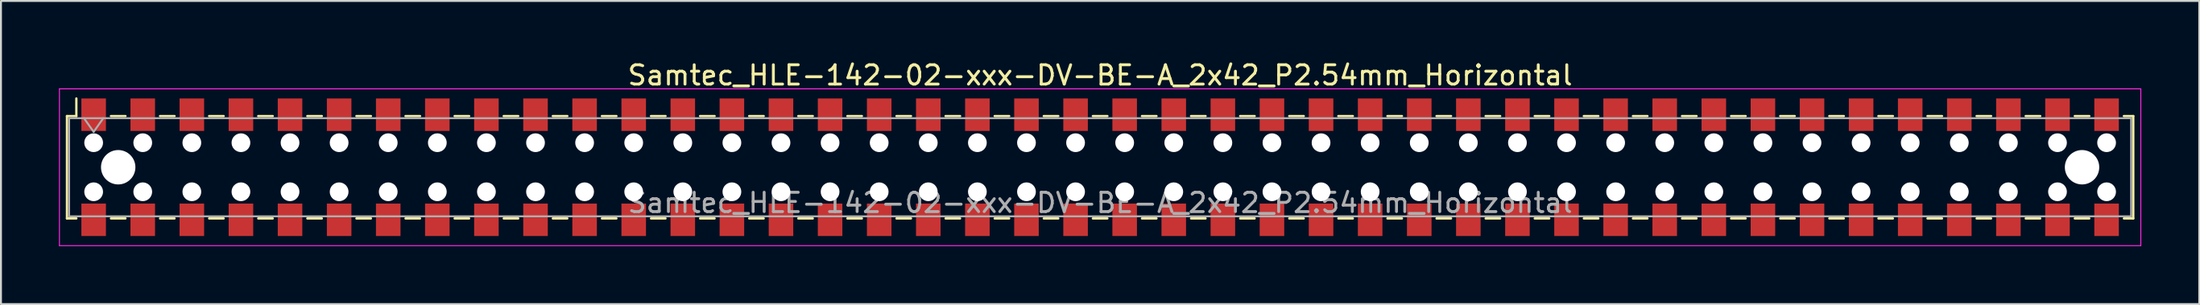
<source format=kicad_pcb>
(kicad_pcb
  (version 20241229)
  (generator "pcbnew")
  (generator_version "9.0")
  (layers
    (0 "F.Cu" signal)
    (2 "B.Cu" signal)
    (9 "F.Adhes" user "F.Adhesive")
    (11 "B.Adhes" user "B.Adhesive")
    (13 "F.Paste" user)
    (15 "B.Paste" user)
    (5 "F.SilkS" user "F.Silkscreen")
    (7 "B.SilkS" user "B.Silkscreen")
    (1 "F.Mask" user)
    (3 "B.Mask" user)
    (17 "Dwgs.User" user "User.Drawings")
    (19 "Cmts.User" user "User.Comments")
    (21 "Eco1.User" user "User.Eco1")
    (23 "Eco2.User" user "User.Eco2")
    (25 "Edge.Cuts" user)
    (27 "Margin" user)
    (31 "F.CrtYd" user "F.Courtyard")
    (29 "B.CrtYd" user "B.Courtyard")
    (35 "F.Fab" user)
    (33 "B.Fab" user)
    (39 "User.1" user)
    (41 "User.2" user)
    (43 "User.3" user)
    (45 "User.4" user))
  (footprint "Samtec_HLE-142-02-xxx-DV-BE-A_2x42_P2.54mm_Horizontal"
    (layer "F.Cu")
    (at 53.865 5.608)
    (property "Reference" "Samtec_HLE-142-02-xxx-DV-BE-A_2x42_P2.54mm_Horizontal" (at 0 -4.76 0) (layer "F.SilkS") (effects (font (size 1 1) (thickness 0.15))))
    (attr smd)
    (fp_line (start -53.45 -2.65) (end -53.45 2.65) (stroke (width 0.12) (type solid)) (layer "F.SilkS"))
    (fp_line (start -53.45 2.65) (end -52.965 2.65) (stroke (width 0.12) (type solid)) (layer "F.SilkS"))
    (fp_line (start -52.965 -3.56) (end -52.965 -2.65) (stroke (width 0.12) (type solid)) (layer "F.SilkS"))
    (fp_line (start -52.965 -2.65) (end -53.45 -2.65) (stroke (width 0.12) (type solid)) (layer "F.SilkS"))
    (fp_line (start -51.175 -2.65) (end -50.425 -2.65) (stroke (width 0.12) (type solid)) (layer "F.SilkS"))
    (fp_line (start -51.175 2.65) (end -50.425 2.65) (stroke (width 0.12) (type solid)) (layer "F.SilkS"))
    (fp_line (start -48.635 -2.65) (end -47.885 -2.65) (stroke (width 0.12) (type solid)) (layer "F.SilkS"))
    (fp_line (start -48.635 2.65) (end -47.885 2.65) (stroke (width 0.12) (type solid)) (layer "F.SilkS"))
    (fp_line (start -46.095 -2.65) (end -45.345 -2.65) (stroke (width 0.12) (type solid)) (layer "F.SilkS"))
    (fp_line (start -46.095 2.65) (end -45.345 2.65) (stroke (width 0.12) (type solid)) (layer "F.SilkS"))
    (fp_line (start -43.555 -2.65) (end -42.805 -2.65) (stroke (width 0.12) (type solid)) (layer "F.SilkS"))
    (fp_line (start -43.555 2.65) (end -42.805 2.65) (stroke (width 0.12) (type solid)) (layer "F.SilkS"))
    (fp_line (start -41.015 -2.65) (end -40.265 -2.65) (stroke (width 0.12) (type solid)) (layer "F.SilkS"))
    (fp_line (start -41.015 2.65) (end -40.265 2.65) (stroke (width 0.12) (type solid)) (layer "F.SilkS"))
    (fp_line (start -38.475 -2.65) (end -37.725 -2.65) (stroke (width 0.12) (type solid)) (layer "F.SilkS"))
    (fp_line (start -38.475 2.65) (end -37.725 2.65) (stroke (width 0.12) (type solid)) (layer "F.SilkS"))
    (fp_line (start -35.935 -2.65) (end -35.185 -2.65) (stroke (width 0.12) (type solid)) (layer "F.SilkS"))
    (fp_line (start -35.935 2.65) (end -35.185 2.65) (stroke (width 0.12) (type solid)) (layer "F.SilkS"))
    (fp_line (start -33.395 -2.65) (end -32.645 -2.65) (stroke (width 0.12) (type solid)) (layer "F.SilkS"))
    (fp_line (start -33.395 2.65) (end -32.645 2.65) (stroke (width 0.12) (type solid)) (layer "F.SilkS"))
    (fp_line (start -30.855 -2.65) (end -30.105 -2.65) (stroke (width 0.12) (type solid)) (layer "F.SilkS"))
    (fp_line (start -30.855 2.65) (end -30.105 2.65) (stroke (width 0.12) (type solid)) (layer "F.SilkS"))
    (fp_line (start -28.315 -2.65) (end -27.565 -2.65) (stroke (width 0.12) (type solid)) (layer "F.SilkS"))
    (fp_line (start -28.315 2.65) (end -27.565 2.65) (stroke (width 0.12) (type solid)) (layer "F.SilkS"))
    (fp_line (start -25.775 -2.65) (end -25.025 -2.65) (stroke (width 0.12) (type solid)) (layer "F.SilkS"))
    (fp_line (start -25.775 2.65) (end -25.025 2.65) (stroke (width 0.12) (type solid)) (layer "F.SilkS"))
    (fp_line (start -23.235 -2.65) (end -22.485 -2.65) (stroke (width 0.12) (type solid)) (layer "F.SilkS"))
    (fp_line (start -23.235 2.65) (end -22.485 2.65) (stroke (width 0.12) (type solid)) (layer "F.SilkS"))
    (fp_line (start -20.695 -2.65) (end -19.945 -2.65) (stroke (width 0.12) (type solid)) (layer "F.SilkS"))
    (fp_line (start -20.695 2.65) (end -19.945 2.65) (stroke (width 0.12) (type solid)) (layer "F.SilkS"))
    (fp_line (start -18.155 -2.65) (end -17.405 -2.65) (stroke (width 0.12) (type solid)) (layer "F.SilkS"))
    (fp_line (start -18.155 2.65) (end -17.405 2.65) (stroke (width 0.12) (type solid)) (layer "F.SilkS"))
    (fp_line (start -15.615 -2.65) (end -14.865 -2.65) (stroke (width 0.12) (type solid)) (layer "F.SilkS"))
    (fp_line (start -15.615 2.65) (end -14.865 2.65) (stroke (width 0.12) (type solid)) (layer "F.SilkS"))
    (fp_line (start -13.075 -2.65) (end -12.325 -2.65) (stroke (width 0.12) (type solid)) (layer "F.SilkS"))
    (fp_line (start -13.075 2.65) (end -12.325 2.65) (stroke (width 0.12) (type solid)) (layer "F.SilkS"))
    (fp_line (start -10.535 -2.65) (end -9.785 -2.65) (stroke (width 0.12) (type solid)) (layer "F.SilkS"))
    (fp_line (start -10.535 2.65) (end -9.785 2.65) (stroke (width 0.12) (type solid)) (layer "F.SilkS"))
    (fp_line (start -7.995 -2.65) (end -7.245 -2.65) (stroke (width 0.12) (type solid)) (layer "F.SilkS"))
    (fp_line (start -7.995 2.65) (end -7.245 2.65) (stroke (width 0.12) (type solid)) (layer "F.SilkS"))
    (fp_line (start -5.455 -2.65) (end -4.705 -2.65) (stroke (width 0.12) (type solid)) (layer "F.SilkS"))
    (fp_line (start -5.455 2.65) (end -4.705 2.65) (stroke (width 0.12) (type solid)) (layer "F.SilkS"))
    (fp_line (start -2.915 -2.65) (end -2.165 -2.65) (stroke (width 0.12) (type solid)) (layer "F.SilkS"))
    (fp_line (start -2.915 2.65) (end -2.165 2.65) (stroke (width 0.12) (type solid)) (layer "F.SilkS"))
    (fp_line (start -0.375 -2.65) (end 0.375 -2.65) (stroke (width 0.12) (type solid)) (layer "F.SilkS"))
    (fp_line (start -0.375 2.65) (end 0.375 2.65) (stroke (width 0.12) (type solid)) (layer "F.SilkS"))
    (fp_line (start 2.165 -2.65) (end 2.915 -2.65) (stroke (width 0.12) (type solid)) (layer "F.SilkS"))
    (fp_line (start 2.165 2.65) (end 2.915 2.65) (stroke (width 0.12) (type solid)) (layer "F.SilkS"))
    (fp_line (start 4.705 -2.65) (end 5.455 -2.65) (stroke (width 0.12) (type solid)) (layer "F.SilkS"))
    (fp_line (start 4.705 2.65) (end 5.455 2.65) (stroke (width 0.12) (type solid)) (layer "F.SilkS"))
    (fp_line (start 7.245 -2.65) (end 7.995 -2.65) (stroke (width 0.12) (type solid)) (layer "F.SilkS"))
    (fp_line (start 7.245 2.65) (end 7.995 2.65) (stroke (width 0.12) (type solid)) (layer "F.SilkS"))
    (fp_line (start 9.785 -2.65) (end 10.535 -2.65) (stroke (width 0.12) (type solid)) (layer "F.SilkS"))
    (fp_line (start 9.785 2.65) (end 10.535 2.65) (stroke (width 0.12) (type solid)) (layer "F.SilkS"))
    (fp_line (start 12.325 -2.65) (end 13.075 -2.65) (stroke (width 0.12) (type solid)) (layer "F.SilkS"))
    (fp_line (start 12.325 2.65) (end 13.075 2.65) (stroke (width 0.12) (type solid)) (layer "F.SilkS"))
    (fp_line (start 14.865 -2.65) (end 15.615 -2.65) (stroke (width 0.12) (type solid)) (layer "F.SilkS"))
    (fp_line (start 14.865 2.65) (end 15.615 2.65) (stroke (width 0.12) (type solid)) (layer "F.SilkS"))
    (fp_line (start 17.405 -2.65) (end 18.155 -2.65) (stroke (width 0.12) (type solid)) (layer "F.SilkS"))
    (fp_line (start 17.405 2.65) (end 18.155 2.65) (stroke (width 0.12) (type solid)) (layer "F.SilkS"))
    (fp_line (start 19.945 -2.65) (end 20.695 -2.65) (stroke (width 0.12) (type solid)) (layer "F.SilkS"))
    (fp_line (start 19.945 2.65) (end 20.695 2.65) (stroke (width 0.12) (type solid)) (layer "F.SilkS"))
    (fp_line (start 22.485 -2.65) (end 23.235 -2.65) (stroke (width 0.12) (type solid)) (layer "F.SilkS"))
    (fp_line (start 22.485 2.65) (end 23.235 2.65) (stroke (width 0.12) (type solid)) (layer "F.SilkS"))
    (fp_line (start 25.025 -2.65) (end 25.775 -2.65) (stroke (width 0.12) (type solid)) (layer "F.SilkS"))
    (fp_line (start 25.025 2.65) (end 25.775 2.65) (stroke (width 0.12) (type solid)) (layer "F.SilkS"))
    (fp_line (start 27.565 -2.65) (end 28.315 -2.65) (stroke (width 0.12) (type solid)) (layer "F.SilkS"))
    (fp_line (start 27.565 2.65) (end 28.315 2.65) (stroke (width 0.12) (type solid)) (layer "F.SilkS"))
    (fp_line (start 30.105 -2.65) (end 30.855 -2.65) (stroke (width 0.12) (type solid)) (layer "F.SilkS"))
    (fp_line (start 30.105 2.65) (end 30.855 2.65) (stroke (width 0.12) (type solid)) (layer "F.SilkS"))
    (fp_line (start 32.645 -2.65) (end 33.395 -2.65) (stroke (width 0.12) (type solid)) (layer "F.SilkS"))
    (fp_line (start 32.645 2.65) (end 33.395 2.65) (stroke (width 0.12) (type solid)) (layer "F.SilkS"))
    (fp_line (start 35.185 -2.65) (end 35.935 -2.65) (stroke (width 0.12) (type solid)) (layer "F.SilkS"))
    (fp_line (start 35.185 2.65) (end 35.935 2.65) (stroke (width 0.12) (type solid)) (layer "F.SilkS"))
    (fp_line (start 37.725 -2.65) (end 38.475 -2.65) (stroke (width 0.12) (type solid)) (layer "F.SilkS"))
    (fp_line (start 37.725 2.65) (end 38.475 2.65) (stroke (width 0.12) (type solid)) (layer "F.SilkS"))
    (fp_line (start 40.265 -2.65) (end 41.015 -2.65) (stroke (width 0.12) (type solid)) (layer "F.SilkS"))
    (fp_line (start 40.265 2.65) (end 41.015 2.65) (stroke (width 0.12) (type solid)) (layer "F.SilkS"))
    (fp_line (start 42.805 -2.65) (end 43.555 -2.65) (stroke (width 0.12) (type solid)) (layer "F.SilkS"))
    (fp_line (start 42.805 2.65) (end 43.555 2.65) (stroke (width 0.12) (type solid)) (layer "F.SilkS"))
    (fp_line (start 45.345 -2.65) (end 46.095 -2.65) (stroke (width 0.12) (type solid)) (layer "F.SilkS"))
    (fp_line (start 45.345 2.65) (end 46.095 2.65) (stroke (width 0.12) (type solid)) (layer "F.SilkS"))
    (fp_line (start 47.885 -2.65) (end 48.635 -2.65) (stroke (width 0.12) (type solid)) (layer "F.SilkS"))
    (fp_line (start 47.885 2.65) (end 48.635 2.65) (stroke (width 0.12) (type solid)) (layer "F.SilkS"))
    (fp_line (start 50.425 -2.65) (end 51.175 -2.65) (stroke (width 0.12) (type solid)) (layer "F.SilkS"))
    (fp_line (start 50.425 2.65) (end 51.175 2.65) (stroke (width 0.12) (type solid)) (layer "F.SilkS"))
    (fp_line (start 52.965 -2.65) (end 53.45 -2.65) (stroke (width 0.12) (type solid)) (layer "F.SilkS"))
    (fp_line (start 53.45 -2.65) (end 53.45 2.65) (stroke (width 0.12) (type solid)) (layer "F.SilkS"))
    (fp_line (start 53.45 2.65) (end 52.965 2.65) (stroke (width 0.12) (type solid)) (layer "F.SilkS"))
    (fp_line (start -53.84 -4.06) (end 53.84 -4.06) (stroke (width 0.05) (type solid)) (layer "F.CrtYd"))
    (fp_line (start -53.84 4.06) (end -53.84 -4.06) (stroke (width 0.05) (type solid)) (layer "F.CrtYd"))
    (fp_line (start 53.84 -4.06) (end 53.84 4.06) (stroke (width 0.05) (type solid)) (layer "F.CrtYd"))
    (fp_line (start 53.84 4.06) (end -53.84 4.06) (stroke (width 0.05) (type solid)) (layer "F.CrtYd"))
    (fp_line (start -53.34 -2.54) (end 53.34 -2.54) (stroke (width 0.1) (type solid)) (layer "F.Fab"))
    (fp_line (start -53.34 2.54) (end -53.34 -2.54) (stroke (width 0.1) (type solid)) (layer "F.Fab"))
    (fp_line (start -52.57 -2.54) (end -52.07 -1.833) (stroke (width 0.1) (type solid)) (layer "F.Fab"))
    (fp_line (start -52.07 -1.833) (end -51.57 -2.54) (stroke (width 0.1) (type solid)) (layer "F.Fab"))
    (fp_line (start 53.34 -2.54) (end 53.34 2.54) (stroke (width 0.1) (type solid)) (layer "F.Fab"))
    (fp_line (start 53.34 2.54) (end -53.34 2.54) (stroke (width 0.1) (type solid)) (layer "F.Fab"))
    (fp_text user "${REFERENCE}" (at 0 1.84 0) (layer "F.Fab") (effects (font (size 1 1) (thickness 0.15))))
    (pad "" np_thru_hole circle (at -52.07 -1.27) (size 0.97 0.97) (drill 0.97) (layers "*.Cu" "*.Mask"))
    (pad "" np_thru_hole circle (at -52.07 1.27) (size 0.97 0.97) (drill 0.97) (layers "*.Cu" "*.Mask"))
    (pad "" np_thru_hole circle (at -50.8 0) (size 1.78 1.78) (drill 1.78) (layers "*.Cu" "*.Mask"))
    (pad "" np_thru_hole circle (at -49.53 -1.27) (size 0.97 0.97) (drill 0.97) (layers "*.Cu" "*.Mask"))
    (pad "" np_thru_hole circle (at -49.53 1.27) (size 0.97 0.97) (drill 0.97) (layers "*.Cu" "*.Mask"))
    (pad "" np_thru_hole circle (at -46.99 -1.27) (size 0.97 0.97) (drill 0.97) (layers "*.Cu" "*.Mask"))
    (pad "" np_thru_hole circle (at -46.99 1.27) (size 0.97 0.97) (drill 0.97) (layers "*.Cu" "*.Mask"))
    (pad "" np_thru_hole circle (at -44.45 -1.27) (size 0.97 0.97) (drill 0.97) (layers "*.Cu" "*.Mask"))
    (pad "" np_thru_hole circle (at -44.45 1.27) (size 0.97 0.97) (drill 0.97) (layers "*.Cu" "*.Mask"))
    (pad "" np_thru_hole circle (at -41.91 -1.27) (size 0.97 0.97) (drill 0.97) (layers "*.Cu" "*.Mask"))
    (pad "" np_thru_hole circle (at -41.91 1.27) (size 0.97 0.97) (drill 0.97) (layers "*.Cu" "*.Mask"))
    (pad "" np_thru_hole circle (at -39.37 -1.27) (size 0.97 0.97) (drill 0.97) (layers "*.Cu" "*.Mask"))
    (pad "" np_thru_hole circle (at -39.37 1.27) (size 0.97 0.97) (drill 0.97) (layers "*.Cu" "*.Mask"))
    (pad "" np_thru_hole circle (at -36.83 -1.27) (size 0.97 0.97) (drill 0.97) (layers "*.Cu" "*.Mask"))
    (pad "" np_thru_hole circle (at -36.83 1.27) (size 0.97 0.97) (drill 0.97) (layers "*.Cu" "*.Mask"))
    (pad "" np_thru_hole circle (at -34.29 -1.27) (size 0.97 0.97) (drill 0.97) (layers "*.Cu" "*.Mask"))
    (pad "" np_thru_hole circle (at -34.29 1.27) (size 0.97 0.97) (drill 0.97) (layers "*.Cu" "*.Mask"))
    (pad "" np_thru_hole circle (at -31.75 -1.27) (size 0.97 0.97) (drill 0.97) (layers "*.Cu" "*.Mask"))
    (pad "" np_thru_hole circle (at -31.75 1.27) (size 0.97 0.97) (drill 0.97) (layers "*.Cu" "*.Mask"))
    (pad "" np_thru_hole circle (at -29.21 -1.27) (size 0.97 0.97) (drill 0.97) (layers "*.Cu" "*.Mask"))
    (pad "" np_thru_hole circle (at -29.21 1.27) (size 0.97 0.97) (drill 0.97) (layers "*.Cu" "*.Mask"))
    (pad "" np_thru_hole circle (at -26.67 -1.27) (size 0.97 0.97) (drill 0.97) (layers "*.Cu" "*.Mask"))
    (pad "" np_thru_hole circle (at -26.67 1.27) (size 0.97 0.97) (drill 0.97) (layers "*.Cu" "*.Mask"))
    (pad "" np_thru_hole circle (at -24.13 -1.27) (size 0.97 0.97) (drill 0.97) (layers "*.Cu" "*.Mask"))
    (pad "" np_thru_hole circle (at -24.13 1.27) (size 0.97 0.97) (drill 0.97) (layers "*.Cu" "*.Mask"))
    (pad "" np_thru_hole circle (at -21.59 -1.27) (size 0.97 0.97) (drill 0.97) (layers "*.Cu" "*.Mask"))
    (pad "" np_thru_hole circle (at -21.59 1.27) (size 0.97 0.97) (drill 0.97) (layers "*.Cu" "*.Mask"))
    (pad "" np_thru_hole circle (at -19.05 -1.27) (size 0.97 0.97) (drill 0.97) (layers "*.Cu" "*.Mask"))
    (pad "" np_thru_hole circle (at -19.05 1.27) (size 0.97 0.97) (drill 0.97) (layers "*.Cu" "*.Mask"))
    (pad "" np_thru_hole circle (at -16.51 -1.27) (size 0.97 0.97) (drill 0.97) (layers "*.Cu" "*.Mask"))
    (pad "" np_thru_hole circle (at -16.51 1.27) (size 0.97 0.97) (drill 0.97) (layers "*.Cu" "*.Mask"))
    (pad "" np_thru_hole circle (at -13.97 -1.27) (size 0.97 0.97) (drill 0.97) (layers "*.Cu" "*.Mask"))
    (pad "" np_thru_hole circle (at -13.97 1.27) (size 0.97 0.97) (drill 0.97) (layers "*.Cu" "*.Mask"))
    (pad "" np_thru_hole circle (at -11.43 -1.27) (size 0.97 0.97) (drill 0.97) (layers "*.Cu" "*.Mask"))
    (pad "" np_thru_hole circle (at -11.43 1.27) (size 0.97 0.97) (drill 0.97) (layers "*.Cu" "*.Mask"))
    (pad "" np_thru_hole circle (at -8.89 -1.27) (size 0.97 0.97) (drill 0.97) (layers "*.Cu" "*.Mask"))
    (pad "" np_thru_hole circle (at -8.89 1.27) (size 0.97 0.97) (drill 0.97) (layers "*.Cu" "*.Mask"))
    (pad "" np_thru_hole circle (at -6.35 -1.27) (size 0.97 0.97) (drill 0.97) (layers "*.Cu" "*.Mask"))
    (pad "" np_thru_hole circle (at -6.35 1.27) (size 0.97 0.97) (drill 0.97) (layers "*.Cu" "*.Mask"))
    (pad "" np_thru_hole circle (at -3.81 -1.27) (size 0.97 0.97) (drill 0.97) (layers "*.Cu" "*.Mask"))
    (pad "" np_thru_hole circle (at -3.81 1.27) (size 0.97 0.97) (drill 0.97) (layers "*.Cu" "*.Mask"))
    (pad "" np_thru_hole circle (at -1.27 -1.27) (size 0.97 0.97) (drill 0.97) (layers "*.Cu" "*.Mask"))
    (pad "" np_thru_hole circle (at -1.27 1.27) (size 0.97 0.97) (drill 0.97) (layers "*.Cu" "*.Mask"))
    (pad "" np_thru_hole circle (at 1.27 -1.27) (size 0.97 0.97) (drill 0.97) (layers "*.Cu" "*.Mask"))
    (pad "" np_thru_hole circle (at 1.27 1.27) (size 0.97 0.97) (drill 0.97) (layers "*.Cu" "*.Mask"))
    (pad "" np_thru_hole circle (at 3.81 -1.27) (size 0.97 0.97) (drill 0.97) (layers "*.Cu" "*.Mask"))
    (pad "" np_thru_hole circle (at 3.81 1.27) (size 0.97 0.97) (drill 0.97) (layers "*.Cu" "*.Mask"))
    (pad "" np_thru_hole circle (at 6.35 -1.27) (size 0.97 0.97) (drill 0.97) (layers "*.Cu" "*.Mask"))
    (pad "" np_thru_hole circle (at 6.35 1.27) (size 0.97 0.97) (drill 0.97) (layers "*.Cu" "*.Mask"))
    (pad "" np_thru_hole circle (at 8.89 -1.27) (size 0.97 0.97) (drill 0.97) (layers "*.Cu" "*.Mask"))
    (pad "" np_thru_hole circle (at 8.89 1.27) (size 0.97 0.97) (drill 0.97) (layers "*.Cu" "*.Mask"))
    (pad "" np_thru_hole circle (at 11.43 -1.27) (size 0.97 0.97) (drill 0.97) (layers "*.Cu" "*.Mask"))
    (pad "" np_thru_hole circle (at 11.43 1.27) (size 0.97 0.97) (drill 0.97) (layers "*.Cu" "*.Mask"))
    (pad "" np_thru_hole circle (at 13.97 -1.27) (size 0.97 0.97) (drill 0.97) (layers "*.Cu" "*.Mask"))
    (pad "" np_thru_hole circle (at 13.97 1.27) (size 0.97 0.97) (drill 0.97) (layers "*.Cu" "*.Mask"))
    (pad "" np_thru_hole circle (at 16.51 -1.27) (size 0.97 0.97) (drill 0.97) (layers "*.Cu" "*.Mask"))
    (pad "" np_thru_hole circle (at 16.51 1.27) (size 0.97 0.97) (drill 0.97) (layers "*.Cu" "*.Mask"))
    (pad "" np_thru_hole circle (at 19.05 -1.27) (size 0.97 0.97) (drill 0.97) (layers "*.Cu" "*.Mask"))
    (pad "" np_thru_hole circle (at 19.05 1.27) (size 0.97 0.97) (drill 0.97) (layers "*.Cu" "*.Mask"))
    (pad "" np_thru_hole circle (at 21.59 -1.27) (size 0.97 0.97) (drill 0.97) (layers "*.Cu" "*.Mask"))
    (pad "" np_thru_hole circle (at 21.59 1.27) (size 0.97 0.97) (drill 0.97) (layers "*.Cu" "*.Mask"))
    (pad "" np_thru_hole circle (at 24.13 -1.27) (size 0.97 0.97) (drill 0.97) (layers "*.Cu" "*.Mask"))
    (pad "" np_thru_hole circle (at 24.13 1.27) (size 0.97 0.97) (drill 0.97) (layers "*.Cu" "*.Mask"))
    (pad "" np_thru_hole circle (at 26.67 -1.27) (size 0.97 0.97) (drill 0.97) (layers "*.Cu" "*.Mask"))
    (pad "" np_thru_hole circle (at 26.67 1.27) (size 0.97 0.97) (drill 0.97) (layers "*.Cu" "*.Mask"))
    (pad "" np_thru_hole circle (at 29.21 -1.27) (size 0.97 0.97) (drill 0.97) (layers "*.Cu" "*.Mask"))
    (pad "" np_thru_hole circle (at 29.21 1.27) (size 0.97 0.97) (drill 0.97) (layers "*.Cu" "*.Mask"))
    (pad "" np_thru_hole circle (at 31.75 -1.27) (size 0.97 0.97) (drill 0.97) (layers "*.Cu" "*.Mask"))
    (pad "" np_thru_hole circle (at 31.75 1.27) (size 0.97 0.97) (drill 0.97) (layers "*.Cu" "*.Mask"))
    (pad "" np_thru_hole circle (at 34.29 -1.27) (size 0.97 0.97) (drill 0.97) (layers "*.Cu" "*.Mask"))
    (pad "" np_thru_hole circle (at 34.29 1.27) (size 0.97 0.97) (drill 0.97) (layers "*.Cu" "*.Mask"))
    (pad "" np_thru_hole circle (at 36.83 -1.27) (size 0.97 0.97) (drill 0.97) (layers "*.Cu" "*.Mask"))
    (pad "" np_thru_hole circle (at 36.83 1.27) (size 0.97 0.97) (drill 0.97) (layers "*.Cu" "*.Mask"))
    (pad "" np_thru_hole circle (at 39.37 -1.27) (size 0.97 0.97) (drill 0.97) (layers "*.Cu" "*.Mask"))
    (pad "" np_thru_hole circle (at 39.37 1.27) (size 0.97 0.97) (drill 0.97) (layers "*.Cu" "*.Mask"))
    (pad "" np_thru_hole circle (at 41.91 -1.27) (size 0.97 0.97) (drill 0.97) (layers "*.Cu" "*.Mask"))
    (pad "" np_thru_hole circle (at 41.91 1.27) (size 0.97 0.97) (drill 0.97) (layers "*.Cu" "*.Mask"))
    (pad "" np_thru_hole circle (at 44.45 -1.27) (size 0.97 0.97) (drill 0.97) (layers "*.Cu" "*.Mask"))
    (pad "" np_thru_hole circle (at 44.45 1.27) (size 0.97 0.97) (drill 0.97) (layers "*.Cu" "*.Mask"))
    (pad "" np_thru_hole circle (at 46.99 -1.27) (size 0.97 0.97) (drill 0.97) (layers "*.Cu" "*.Mask"))
    (pad "" np_thru_hole circle (at 46.99 1.27) (size 0.97 0.97) (drill 0.97) (layers "*.Cu" "*.Mask"))
    (pad "" np_thru_hole circle (at 49.53 -1.27) (size 0.97 0.97) (drill 0.97) (layers "*.Cu" "*.Mask"))
    (pad "" np_thru_hole circle (at 49.53 1.27) (size 0.97 0.97) (drill 0.97) (layers "*.Cu" "*.Mask"))
    (pad "" np_thru_hole circle (at 50.8 0) (size 1.78 1.78) (drill 1.78) (layers "*.Cu" "*.Mask"))
    (pad "" np_thru_hole circle (at 52.07 -1.27) (size 0.97 0.97) (drill 0.97) (layers "*.Cu" "*.Mask"))
    (pad "" np_thru_hole circle (at 52.07 1.27) (size 0.97 0.97) (drill 0.97) (layers "*.Cu" "*.Mask"))
    (pad "1" smd rect (at -52.07 -2.72) (size 1.27 1.68) (layers "F.Cu" "F.Mask" "F.Paste"))
    (pad "2" smd rect (at -52.07 2.72) (size 1.27 1.68) (layers "F.Cu" "F.Mask" "F.Paste"))
    (pad "3" smd rect (at -49.53 -2.72) (size 1.27 1.68) (layers "F.Cu" "F.Mask" "F.Paste"))
    (pad "4" smd rect (at -49.53 2.72) (size 1.27 1.68) (layers "F.Cu" "F.Mask" "F.Paste"))
    (pad "5" smd rect (at -46.99 -2.72) (size 1.27 1.68) (layers "F.Cu" "F.Mask" "F.Paste"))
    (pad "6" smd rect (at -46.99 2.72) (size 1.27 1.68) (layers "F.Cu" "F.Mask" "F.Paste"))
    (pad "7" smd rect (at -44.45 -2.72) (size 1.27 1.68) (layers "F.Cu" "F.Mask" "F.Paste"))
    (pad "8" smd rect (at -44.45 2.72) (size 1.27 1.68) (layers "F.Cu" "F.Mask" "F.Paste"))
    (pad "9" smd rect (at -41.91 -2.72) (size 1.27 1.68) (layers "F.Cu" "F.Mask" "F.Paste"))
    (pad "10" smd rect (at -41.91 2.72) (size 1.27 1.68) (layers "F.Cu" "F.Mask" "F.Paste"))
    (pad "11" smd rect (at -39.37 -2.72) (size 1.27 1.68) (layers "F.Cu" "F.Mask" "F.Paste"))
    (pad "12" smd rect (at -39.37 2.72) (size 1.27 1.68) (layers "F.Cu" "F.Mask" "F.Paste"))
    (pad "13" smd rect (at -36.83 -2.72) (size 1.27 1.68) (layers "F.Cu" "F.Mask" "F.Paste"))
    (pad "14" smd rect (at -36.83 2.72) (size 1.27 1.68) (layers "F.Cu" "F.Mask" "F.Paste"))
    (pad "15" smd rect (at -34.29 -2.72) (size 1.27 1.68) (layers "F.Cu" "F.Mask" "F.Paste"))
    (pad "16" smd rect (at -34.29 2.72) (size 1.27 1.68) (layers "F.Cu" "F.Mask" "F.Paste"))
    (pad "17" smd rect (at -31.75 -2.72) (size 1.27 1.68) (layers "F.Cu" "F.Mask" "F.Paste"))
    (pad "18" smd rect (at -31.75 2.72) (size 1.27 1.68) (layers "F.Cu" "F.Mask" "F.Paste"))
    (pad "19" smd rect (at -29.21 -2.72) (size 1.27 1.68) (layers "F.Cu" "F.Mask" "F.Paste"))
    (pad "20" smd rect (at -29.21 2.72) (size 1.27 1.68) (layers "F.Cu" "F.Mask" "F.Paste"))
    (pad "21" smd rect (at -26.67 -2.72) (size 1.27 1.68) (layers "F.Cu" "F.Mask" "F.Paste"))
    (pad "22" smd rect (at -26.67 2.72) (size 1.27 1.68) (layers "F.Cu" "F.Mask" "F.Paste"))
    (pad "23" smd rect (at -24.13 -2.72) (size 1.27 1.68) (layers "F.Cu" "F.Mask" "F.Paste"))
    (pad "24" smd rect (at -24.13 2.72) (size 1.27 1.68) (layers "F.Cu" "F.Mask" "F.Paste"))
    (pad "25" smd rect (at -21.59 -2.72) (size 1.27 1.68) (layers "F.Cu" "F.Mask" "F.Paste"))
    (pad "26" smd rect (at -21.59 2.72) (size 1.27 1.68) (layers "F.Cu" "F.Mask" "F.Paste"))
    (pad "27" smd rect (at -19.05 -2.72) (size 1.27 1.68) (layers "F.Cu" "F.Mask" "F.Paste"))
    (pad "28" smd rect (at -19.05 2.72) (size 1.27 1.68) (layers "F.Cu" "F.Mask" "F.Paste"))
    (pad "29" smd rect (at -16.51 -2.72) (size 1.27 1.68) (layers "F.Cu" "F.Mask" "F.Paste"))
    (pad "30" smd rect (at -16.51 2.72) (size 1.27 1.68) (layers "F.Cu" "F.Mask" "F.Paste"))
    (pad "31" smd rect (at -13.97 -2.72) (size 1.27 1.68) (layers "F.Cu" "F.Mask" "F.Paste"))
    (pad "32" smd rect (at -13.97 2.72) (size 1.27 1.68) (layers "F.Cu" "F.Mask" "F.Paste"))
    (pad "33" smd rect (at -11.43 -2.72) (size 1.27 1.68) (layers "F.Cu" "F.Mask" "F.Paste"))
    (pad "34" smd rect (at -11.43 2.72) (size 1.27 1.68) (layers "F.Cu" "F.Mask" "F.Paste"))
    (pad "35" smd rect (at -8.89 -2.72) (size 1.27 1.68) (layers "F.Cu" "F.Mask" "F.Paste"))
    (pad "36" smd rect (at -8.89 2.72) (size 1.27 1.68) (layers "F.Cu" "F.Mask" "F.Paste"))
    (pad "37" smd rect (at -6.35 -2.72) (size 1.27 1.68) (layers "F.Cu" "F.Mask" "F.Paste"))
    (pad "38" smd rect (at -6.35 2.72) (size 1.27 1.68) (layers "F.Cu" "F.Mask" "F.Paste"))
    (pad "39" smd rect (at -3.81 -2.72) (size 1.27 1.68) (layers "F.Cu" "F.Mask" "F.Paste"))
    (pad "40" smd rect (at -3.81 2.72) (size 1.27 1.68) (layers "F.Cu" "F.Mask" "F.Paste"))
    (pad "41" smd rect (at -1.27 -2.72) (size 1.27 1.68) (layers "F.Cu" "F.Mask" "F.Paste"))
    (pad "42" smd rect (at -1.27 2.72) (size 1.27 1.68) (layers "F.Cu" "F.Mask" "F.Paste"))
    (pad "43" smd rect (at 1.27 -2.72) (size 1.27 1.68) (layers "F.Cu" "F.Mask" "F.Paste"))
    (pad "44" smd rect (at 1.27 2.72) (size 1.27 1.68) (layers "F.Cu" "F.Mask" "F.Paste"))
    (pad "45" smd rect (at 3.81 -2.72) (size 1.27 1.68) (layers "F.Cu" "F.Mask" "F.Paste"))
    (pad "46" smd rect (at 3.81 2.72) (size 1.27 1.68) (layers "F.Cu" "F.Mask" "F.Paste"))
    (pad "47" smd rect (at 6.35 -2.72) (size 1.27 1.68) (layers "F.Cu" "F.Mask" "F.Paste"))
    (pad "48" smd rect (at 6.35 2.72) (size 1.27 1.68) (layers "F.Cu" "F.Mask" "F.Paste"))
    (pad "49" smd rect (at 8.89 -2.72) (size 1.27 1.68) (layers "F.Cu" "F.Mask" "F.Paste"))
    (pad "50" smd rect (at 8.89 2.72) (size 1.27 1.68) (layers "F.Cu" "F.Mask" "F.Paste"))
    (pad "51" smd rect (at 11.43 -2.72) (size 1.27 1.68) (layers "F.Cu" "F.Mask" "F.Paste"))
    (pad "52" smd rect (at 11.43 2.72) (size 1.27 1.68) (layers "F.Cu" "F.Mask" "F.Paste"))
    (pad "53" smd rect (at 13.97 -2.72) (size 1.27 1.68) (layers "F.Cu" "F.Mask" "F.Paste"))
    (pad "54" smd rect (at 13.97 2.72) (size 1.27 1.68) (layers "F.Cu" "F.Mask" "F.Paste"))
    (pad "55" smd rect (at 16.51 -2.72) (size 1.27 1.68) (layers "F.Cu" "F.Mask" "F.Paste"))
    (pad "56" smd rect (at 16.51 2.72) (size 1.27 1.68) (layers "F.Cu" "F.Mask" "F.Paste"))
    (pad "57" smd rect (at 19.05 -2.72) (size 1.27 1.68) (layers "F.Cu" "F.Mask" "F.Paste"))
    (pad "58" smd rect (at 19.05 2.72) (size 1.27 1.68) (layers "F.Cu" "F.Mask" "F.Paste"))
    (pad "59" smd rect (at 21.59 -2.72) (size 1.27 1.68) (layers "F.Cu" "F.Mask" "F.Paste"))
    (pad "60" smd rect (at 21.59 2.72) (size 1.27 1.68) (layers "F.Cu" "F.Mask" "F.Paste"))
    (pad "61" smd rect (at 24.13 -2.72) (size 1.27 1.68) (layers "F.Cu" "F.Mask" "F.Paste"))
    (pad "62" smd rect (at 24.13 2.72) (size 1.27 1.68) (layers "F.Cu" "F.Mask" "F.Paste"))
    (pad "63" smd rect (at 26.67 -2.72) (size 1.27 1.68) (layers "F.Cu" "F.Mask" "F.Paste"))
    (pad "64" smd rect (at 26.67 2.72) (size 1.27 1.68) (layers "F.Cu" "F.Mask" "F.Paste"))
    (pad "65" smd rect (at 29.21 -2.72) (size 1.27 1.68) (layers "F.Cu" "F.Mask" "F.Paste"))
    (pad "66" smd rect (at 29.21 2.72) (size 1.27 1.68) (layers "F.Cu" "F.Mask" "F.Paste"))
    (pad "67" smd rect (at 31.75 -2.72) (size 1.27 1.68) (layers "F.Cu" "F.Mask" "F.Paste"))
    (pad "68" smd rect (at 31.75 2.72) (size 1.27 1.68) (layers "F.Cu" "F.Mask" "F.Paste"))
    (pad "69" smd rect (at 34.29 -2.72) (size 1.27 1.68) (layers "F.Cu" "F.Mask" "F.Paste"))
    (pad "70" smd rect (at 34.29 2.72) (size 1.27 1.68) (layers "F.Cu" "F.Mask" "F.Paste"))
    (pad "71" smd rect (at 36.83 -2.72) (size 1.27 1.68) (layers "F.Cu" "F.Mask" "F.Paste"))
    (pad "72" smd rect (at 36.83 2.72) (size 1.27 1.68) (layers "F.Cu" "F.Mask" "F.Paste"))
    (pad "73" smd rect (at 39.37 -2.72) (size 1.27 1.68) (layers "F.Cu" "F.Mask" "F.Paste"))
    (pad "74" smd rect (at 39.37 2.72) (size 1.27 1.68) (layers "F.Cu" "F.Mask" "F.Paste"))
    (pad "75" smd rect (at 41.91 -2.72) (size 1.27 1.68) (layers "F.Cu" "F.Mask" "F.Paste"))
    (pad "76" smd rect (at 41.91 2.72) (size 1.27 1.68) (layers "F.Cu" "F.Mask" "F.Paste"))
    (pad "77" smd rect (at 44.45 -2.72) (size 1.27 1.68) (layers "F.Cu" "F.Mask" "F.Paste"))
    (pad "78" smd rect (at 44.45 2.72) (size 1.27 1.68) (layers "F.Cu" "F.Mask" "F.Paste"))
    (pad "79" smd rect (at 46.99 -2.72) (size 1.27 1.68) (layers "F.Cu" "F.Mask" "F.Paste"))
    (pad "80" smd rect (at 46.99 2.72) (size 1.27 1.68) (layers "F.Cu" "F.Mask" "F.Paste"))
    (pad "81" smd rect (at 49.53 -2.72) (size 1.27 1.68) (layers "F.Cu" "F.Mask" "F.Paste"))
    (pad "82" smd rect (at 49.53 2.72) (size 1.27 1.68) (layers "F.Cu" "F.Mask" "F.Paste"))
    (pad "83" smd rect (at 52.07 -2.72) (size 1.27 1.68) (layers "F.Cu" "F.Mask" "F.Paste"))
    (pad "84" smd rect (at 52.07 2.72) (size 1.27 1.68) (layers "F.Cu" "F.Mask" "F.Paste")))
  (gr_rect
    (start -3 -3)
    (end 110.73 12.693)
    (stroke (width 0.1) (type default))
    (fill no)
    (layer "Edge.Cuts")))
</source>
